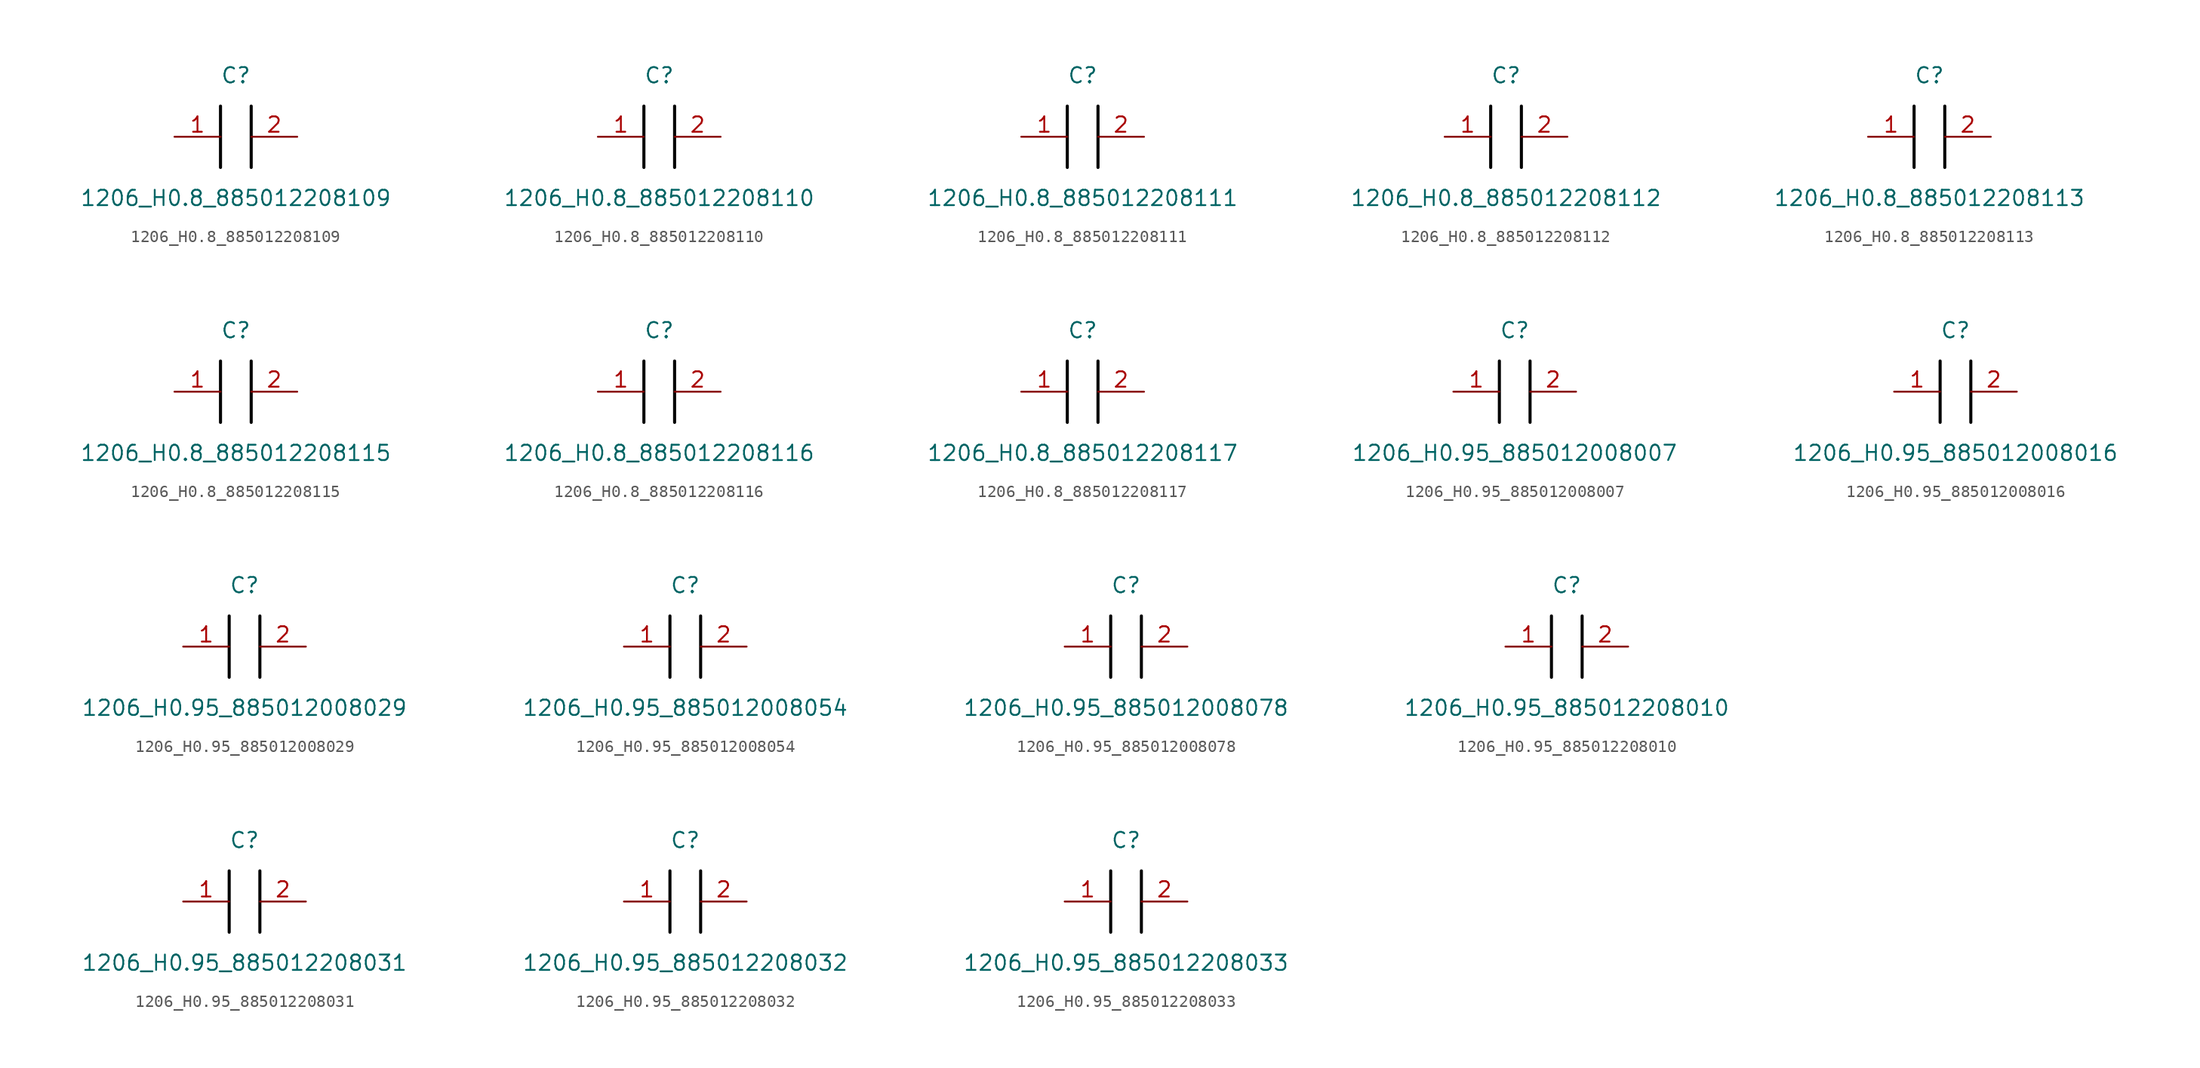
<source format=kicad_sym>
(kicad_symbol_lib
  (version 20220914)
  (generator kicad_symbol_editor)
  (symbol "1206_H0.8_885012208109"
    (pin_names hide)
    (property "Reference" "C"
      (at 0 5.08 0)
      (effects (font (size 1.27 1.27))))
    (property "Value" "1206_H0.8_885012208109"
      (at 0 -5.08 0)
      (effects (font (size 1.27 1.27))))
    (symbol "1206_H0.8_885012208109_1_1"
      (polyline (pts (xy -1.27 2.54) (xy -1.27 -2.54)) (stroke (width 0.254) (type default) (color 0 0 0 1)) (fill (type none)))
      (polyline (pts (xy 1.27 2.54) (xy 1.27 -2.54)) (stroke (width 0.254) (type default) (color 0 0 0 1)) (fill (type none)))
      (pin passive line (at -5.08 0 0) (length 3.81) (name "1" (effects (font (size 1.27 1.27)))) (number "1" (effects (font (size 1.27 1.27)))))
      (pin passive line (at 5.08 0 180) (length 3.81) (name "2" (effects (font (size 1.27 1.27)))) (number "2" (effects (font (size 1.27 1.27)))))))
  (symbol "1206_H0.8_885012208110"
    (pin_names hide)
    (property "Reference" "C"
      (at 0 5.08 0)
      (effects (font (size 1.27 1.27))))
    (property "Value" "1206_H0.8_885012208110"
      (at 0 -5.08 0)
      (effects (font (size 1.27 1.27))))
    (symbol "1206_H0.8_885012208110_1_1"
      (polyline (pts (xy -1.27 2.54) (xy -1.27 -2.54)) (stroke (width 0.254) (type default) (color 0 0 0 1)) (fill (type none)))
      (polyline (pts (xy 1.27 2.54) (xy 1.27 -2.54)) (stroke (width 0.254) (type default) (color 0 0 0 1)) (fill (type none)))
      (pin passive line (at -5.08 0 0) (length 3.81) (name "1" (effects (font (size 1.27 1.27)))) (number "1" (effects (font (size 1.27 1.27)))))
      (pin passive line (at 5.08 0 180) (length 3.81) (name "2" (effects (font (size 1.27 1.27)))) (number "2" (effects (font (size 1.27 1.27)))))))
  (symbol "1206_H0.8_885012208111"
    (pin_names hide)
    (property "Reference" "C"
      (at 0 5.08 0)
      (effects (font (size 1.27 1.27))))
    (property "Value" "1206_H0.8_885012208111"
      (at 0 -5.08 0)
      (effects (font (size 1.27 1.27))))
    (symbol "1206_H0.8_885012208111_1_1"
      (polyline (pts (xy -1.27 2.54) (xy -1.27 -2.54)) (stroke (width 0.254) (type default) (color 0 0 0 1)) (fill (type none)))
      (polyline (pts (xy 1.27 2.54) (xy 1.27 -2.54)) (stroke (width 0.254) (type default) (color 0 0 0 1)) (fill (type none)))
      (pin passive line (at -5.08 0 0) (length 3.81) (name "1" (effects (font (size 1.27 1.27)))) (number "1" (effects (font (size 1.27 1.27)))))
      (pin passive line (at 5.08 0 180) (length 3.81) (name "2" (effects (font (size 1.27 1.27)))) (number "2" (effects (font (size 1.27 1.27)))))))
  (symbol "1206_H0.8_885012208112"
    (pin_names hide)
    (property "Reference" "C"
      (at 0 5.08 0)
      (effects (font (size 1.27 1.27))))
    (property "Value" "1206_H0.8_885012208112"
      (at 0 -5.08 0)
      (effects (font (size 1.27 1.27))))
    (symbol "1206_H0.8_885012208112_1_1"
      (polyline (pts (xy -1.27 2.54) (xy -1.27 -2.54)) (stroke (width 0.254) (type default) (color 0 0 0 1)) (fill (type none)))
      (polyline (pts (xy 1.27 2.54) (xy 1.27 -2.54)) (stroke (width 0.254) (type default) (color 0 0 0 1)) (fill (type none)))
      (pin passive line (at -5.08 0 0) (length 3.81) (name "1" (effects (font (size 1.27 1.27)))) (number "1" (effects (font (size 1.27 1.27)))))
      (pin passive line (at 5.08 0 180) (length 3.81) (name "2" (effects (font (size 1.27 1.27)))) (number "2" (effects (font (size 1.27 1.27)))))))
  (symbol "1206_H0.8_885012208113"
    (pin_names hide)
    (property "Reference" "C"
      (at 0 5.08 0)
      (effects (font (size 1.27 1.27))))
    (property "Value" "1206_H0.8_885012208113"
      (at 0 -5.08 0)
      (effects (font (size 1.27 1.27))))
    (symbol "1206_H0.8_885012208113_1_1"
      (polyline (pts (xy -1.27 2.54) (xy -1.27 -2.54)) (stroke (width 0.254) (type default) (color 0 0 0 1)) (fill (type none)))
      (polyline (pts (xy 1.27 2.54) (xy 1.27 -2.54)) (stroke (width 0.254) (type default) (color 0 0 0 1)) (fill (type none)))
      (pin passive line (at -5.08 0 0) (length 3.81) (name "1" (effects (font (size 1.27 1.27)))) (number "1" (effects (font (size 1.27 1.27)))))
      (pin passive line (at 5.08 0 180) (length 3.81) (name "2" (effects (font (size 1.27 1.27)))) (number "2" (effects (font (size 1.27 1.27)))))))
  (symbol "1206_H0.8_885012208115"
    (pin_names hide)
    (property "Reference" "C"
      (at 0 5.08 0)
      (effects (font (size 1.27 1.27))))
    (property "Value" "1206_H0.8_885012208115"
      (at 0 -5.08 0)
      (effects (font (size 1.27 1.27))))
    (symbol "1206_H0.8_885012208115_1_1"
      (polyline (pts (xy -1.27 2.54) (xy -1.27 -2.54)) (stroke (width 0.254) (type default) (color 0 0 0 1)) (fill (type none)))
      (polyline (pts (xy 1.27 2.54) (xy 1.27 -2.54)) (stroke (width 0.254) (type default) (color 0 0 0 1)) (fill (type none)))
      (pin passive line (at -5.08 0 0) (length 3.81) (name "1" (effects (font (size 1.27 1.27)))) (number "1" (effects (font (size 1.27 1.27)))))
      (pin passive line (at 5.08 0 180) (length 3.81) (name "2" (effects (font (size 1.27 1.27)))) (number "2" (effects (font (size 1.27 1.27)))))))
  (symbol "1206_H0.8_885012208116"
    (pin_names hide)
    (property "Reference" "C"
      (at 0 5.08 0)
      (effects (font (size 1.27 1.27))))
    (property "Value" "1206_H0.8_885012208116"
      (at 0 -5.08 0)
      (effects (font (size 1.27 1.27))))
    (symbol "1206_H0.8_885012208116_1_1"
      (polyline (pts (xy -1.27 2.54) (xy -1.27 -2.54)) (stroke (width 0.254) (type default) (color 0 0 0 1)) (fill (type none)))
      (polyline (pts (xy 1.27 2.54) (xy 1.27 -2.54)) (stroke (width 0.254) (type default) (color 0 0 0 1)) (fill (type none)))
      (pin passive line (at -5.08 0 0) (length 3.81) (name "1" (effects (font (size 1.27 1.27)))) (number "1" (effects (font (size 1.27 1.27)))))
      (pin passive line (at 5.08 0 180) (length 3.81) (name "2" (effects (font (size 1.27 1.27)))) (number "2" (effects (font (size 1.27 1.27)))))))
  (symbol "1206_H0.8_885012208117"
    (pin_names hide)
    (property "Reference" "C"
      (at 0 5.08 0)
      (effects (font (size 1.27 1.27))))
    (property "Value" "1206_H0.8_885012208117"
      (at 0 -5.08 0)
      (effects (font (size 1.27 1.27))))
    (symbol "1206_H0.8_885012208117_1_1"
      (polyline (pts (xy -1.27 2.54) (xy -1.27 -2.54)) (stroke (width 0.254) (type default) (color 0 0 0 1)) (fill (type none)))
      (polyline (pts (xy 1.27 2.54) (xy 1.27 -2.54)) (stroke (width 0.254) (type default) (color 0 0 0 1)) (fill (type none)))
      (pin passive line (at -5.08 0 0) (length 3.81) (name "1" (effects (font (size 1.27 1.27)))) (number "1" (effects (font (size 1.27 1.27)))))
      (pin passive line (at 5.08 0 180) (length 3.81) (name "2" (effects (font (size 1.27 1.27)))) (number "2" (effects (font (size 1.27 1.27)))))))
  (symbol "1206_H0.95_885012008007"
    (pin_names hide)
    (property "Reference" "C"
      (at 0 5.08 0)
      (effects (font (size 1.27 1.27))))
    (property "Value" "1206_H0.95_885012008007"
      (at 0 -5.08 0)
      (effects (font (size 1.27 1.27))))
    (symbol "1206_H0.95_885012008007_1_1"
      (polyline (pts (xy -1.27 2.54) (xy -1.27 -2.54)) (stroke (width 0.254) (type default) (color 0 0 0 1)) (fill (type none)))
      (polyline (pts (xy 1.27 2.54) (xy 1.27 -2.54)) (stroke (width 0.254) (type default) (color 0 0 0 1)) (fill (type none)))
      (pin passive line (at -5.08 0 0) (length 3.81) (name "1" (effects (font (size 1.27 1.27)))) (number "1" (effects (font (size 1.27 1.27)))))
      (pin passive line (at 5.08 0 180) (length 3.81) (name "2" (effects (font (size 1.27 1.27)))) (number "2" (effects (font (size 1.27 1.27)))))))
  (symbol "1206_H0.95_885012008016"
    (pin_names hide)
    (property "Reference" "C"
      (at 0 5.08 0)
      (effects (font (size 1.27 1.27))))
    (property "Value" "1206_H0.95_885012008016"
      (at 0 -5.08 0)
      (effects (font (size 1.27 1.27))))
    (symbol "1206_H0.95_885012008016_1_1"
      (polyline (pts (xy -1.27 2.54) (xy -1.27 -2.54)) (stroke (width 0.254) (type default) (color 0 0 0 1)) (fill (type none)))
      (polyline (pts (xy 1.27 2.54) (xy 1.27 -2.54)) (stroke (width 0.254) (type default) (color 0 0 0 1)) (fill (type none)))
      (pin passive line (at -5.08 0 0) (length 3.81) (name "1" (effects (font (size 1.27 1.27)))) (number "1" (effects (font (size 1.27 1.27)))))
      (pin passive line (at 5.08 0 180) (length 3.81) (name "2" (effects (font (size 1.27 1.27)))) (number "2" (effects (font (size 1.27 1.27)))))))
  (symbol "1206_H0.95_885012008029"
    (pin_names hide)
    (property "Reference" "C"
      (at 0 5.08 0)
      (effects (font (size 1.27 1.27))))
    (property "Value" "1206_H0.95_885012008029"
      (at 0 -5.08 0)
      (effects (font (size 1.27 1.27))))
    (symbol "1206_H0.95_885012008029_1_1"
      (polyline (pts (xy -1.27 2.54) (xy -1.27 -2.54)) (stroke (width 0.254) (type default) (color 0 0 0 1)) (fill (type none)))
      (polyline (pts (xy 1.27 2.54) (xy 1.27 -2.54)) (stroke (width 0.254) (type default) (color 0 0 0 1)) (fill (type none)))
      (pin passive line (at -5.08 0 0) (length 3.81) (name "1" (effects (font (size 1.27 1.27)))) (number "1" (effects (font (size 1.27 1.27)))))
      (pin passive line (at 5.08 0 180) (length 3.81) (name "2" (effects (font (size 1.27 1.27)))) (number "2" (effects (font (size 1.27 1.27)))))))
  (symbol "1206_H0.95_885012008054"
    (pin_names hide)
    (property "Reference" "C"
      (at 0 5.08 0)
      (effects (font (size 1.27 1.27))))
    (property "Value" "1206_H0.95_885012008054"
      (at 0 -5.08 0)
      (effects (font (size 1.27 1.27))))
    (symbol "1206_H0.95_885012008054_1_1"
      (polyline (pts (xy -1.27 2.54) (xy -1.27 -2.54)) (stroke (width 0.254) (type default) (color 0 0 0 1)) (fill (type none)))
      (polyline (pts (xy 1.27 2.54) (xy 1.27 -2.54)) (stroke (width 0.254) (type default) (color 0 0 0 1)) (fill (type none)))
      (pin passive line (at -5.08 0 0) (length 3.81) (name "1" (effects (font (size 1.27 1.27)))) (number "1" (effects (font (size 1.27 1.27)))))
      (pin passive line (at 5.08 0 180) (length 3.81) (name "2" (effects (font (size 1.27 1.27)))) (number "2" (effects (font (size 1.27 1.27)))))))
  (symbol "1206_H0.95_885012008078"
    (pin_names hide)
    (property "Reference" "C"
      (at 0 5.08 0)
      (effects (font (size 1.27 1.27))))
    (property "Value" "1206_H0.95_885012008078"
      (at 0 -5.08 0)
      (effects (font (size 1.27 1.27))))
    (symbol "1206_H0.95_885012008078_1_1"
      (polyline (pts (xy -1.27 2.54) (xy -1.27 -2.54)) (stroke (width 0.254) (type default) (color 0 0 0 1)) (fill (type none)))
      (polyline (pts (xy 1.27 2.54) (xy 1.27 -2.54)) (stroke (width 0.254) (type default) (color 0 0 0 1)) (fill (type none)))
      (pin passive line (at -5.08 0 0) (length 3.81) (name "1" (effects (font (size 1.27 1.27)))) (number "1" (effects (font (size 1.27 1.27)))))
      (pin passive line (at 5.08 0 180) (length 3.81) (name "2" (effects (font (size 1.27 1.27)))) (number "2" (effects (font (size 1.27 1.27)))))))
  (symbol "1206_H0.95_885012208010"
    (pin_names hide)
    (property "Reference" "C"
      (at 0 5.08 0)
      (effects (font (size 1.27 1.27))))
    (property "Value" "1206_H0.95_885012208010"
      (at 0 -5.08 0)
      (effects (font (size 1.27 1.27))))
    (symbol "1206_H0.95_885012208010_1_1"
      (polyline (pts (xy -1.27 2.54) (xy -1.27 -2.54)) (stroke (width 0.254) (type default) (color 0 0 0 1)) (fill (type none)))
      (polyline (pts (xy 1.27 2.54) (xy 1.27 -2.54)) (stroke (width 0.254) (type default) (color 0 0 0 1)) (fill (type none)))
      (pin passive line (at -5.08 0 0) (length 3.81) (name "1" (effects (font (size 1.27 1.27)))) (number "1" (effects (font (size 1.27 1.27)))))
      (pin passive line (at 5.08 0 180) (length 3.81) (name "2" (effects (font (size 1.27 1.27)))) (number "2" (effects (font (size 1.27 1.27)))))))
  (symbol "1206_H0.95_885012208031"
    (pin_names hide)
    (property "Reference" "C"
      (at 0 5.08 0)
      (effects (font (size 1.27 1.27))))
    (property "Value" "1206_H0.95_885012208031"
      (at 0 -5.08 0)
      (effects (font (size 1.27 1.27))))
    (symbol "1206_H0.95_885012208031_1_1"
      (polyline (pts (xy -1.27 2.54) (xy -1.27 -2.54)) (stroke (width 0.254) (type default) (color 0 0 0 1)) (fill (type none)))
      (polyline (pts (xy 1.27 2.54) (xy 1.27 -2.54)) (stroke (width 0.254) (type default) (color 0 0 0 1)) (fill (type none)))
      (pin passive line (at -5.08 0 0) (length 3.81) (name "1" (effects (font (size 1.27 1.27)))) (number "1" (effects (font (size 1.27 1.27)))))
      (pin passive line (at 5.08 0 180) (length 3.81) (name "2" (effects (font (size 1.27 1.27)))) (number "2" (effects (font (size 1.27 1.27)))))))
  (symbol "1206_H0.95_885012208032"
    (pin_names hide)
    (property "Reference" "C"
      (at 0 5.08 0)
      (effects (font (size 1.27 1.27))))
    (property "Value" "1206_H0.95_885012208032"
      (at 0 -5.08 0)
      (effects (font (size 1.27 1.27))))
    (symbol "1206_H0.95_885012208032_1_1"
      (polyline (pts (xy -1.27 2.54) (xy -1.27 -2.54)) (stroke (width 0.254) (type default) (color 0 0 0 1)) (fill (type none)))
      (polyline (pts (xy 1.27 2.54) (xy 1.27 -2.54)) (stroke (width 0.254) (type default) (color 0 0 0 1)) (fill (type none)))
      (pin passive line (at -5.08 0 0) (length 3.81) (name "1" (effects (font (size 1.27 1.27)))) (number "1" (effects (font (size 1.27 1.27)))))
      (pin passive line (at 5.08 0 180) (length 3.81) (name "2" (effects (font (size 1.27 1.27)))) (number "2" (effects (font (size 1.27 1.27)))))))
  (symbol "1206_H0.95_885012208033"
    (pin_names hide)
    (property "Reference" "C"
      (at 0 5.08 0)
      (effects (font (size 1.27 1.27))))
    (property "Value" "1206_H0.95_885012208033"
      (at 0 -5.08 0)
      (effects (font (size 1.27 1.27))))
    (symbol "1206_H0.95_885012208033_1_1"
      (polyline (pts (xy -1.27 2.54) (xy -1.27 -2.54)) (stroke (width 0.254) (type default) (color 0 0 0 1)) (fill (type none)))
      (polyline (pts (xy 1.27 2.54) (xy 1.27 -2.54)) (stroke (width 0.254) (type default) (color 0 0 0 1)) (fill (type none)))
      (pin passive line (at -5.08 0 0) (length 3.81) (name "1" (effects (font (size 1.27 1.27)))) (number "1" (effects (font (size 1.27 1.27)))))
      (pin passive line (at 5.08 0 180) (length 3.81) (name "2" (effects (font (size 1.27 1.27)))) (number "2" (effects (font (size 1.27 1.27))))))))
</source>
